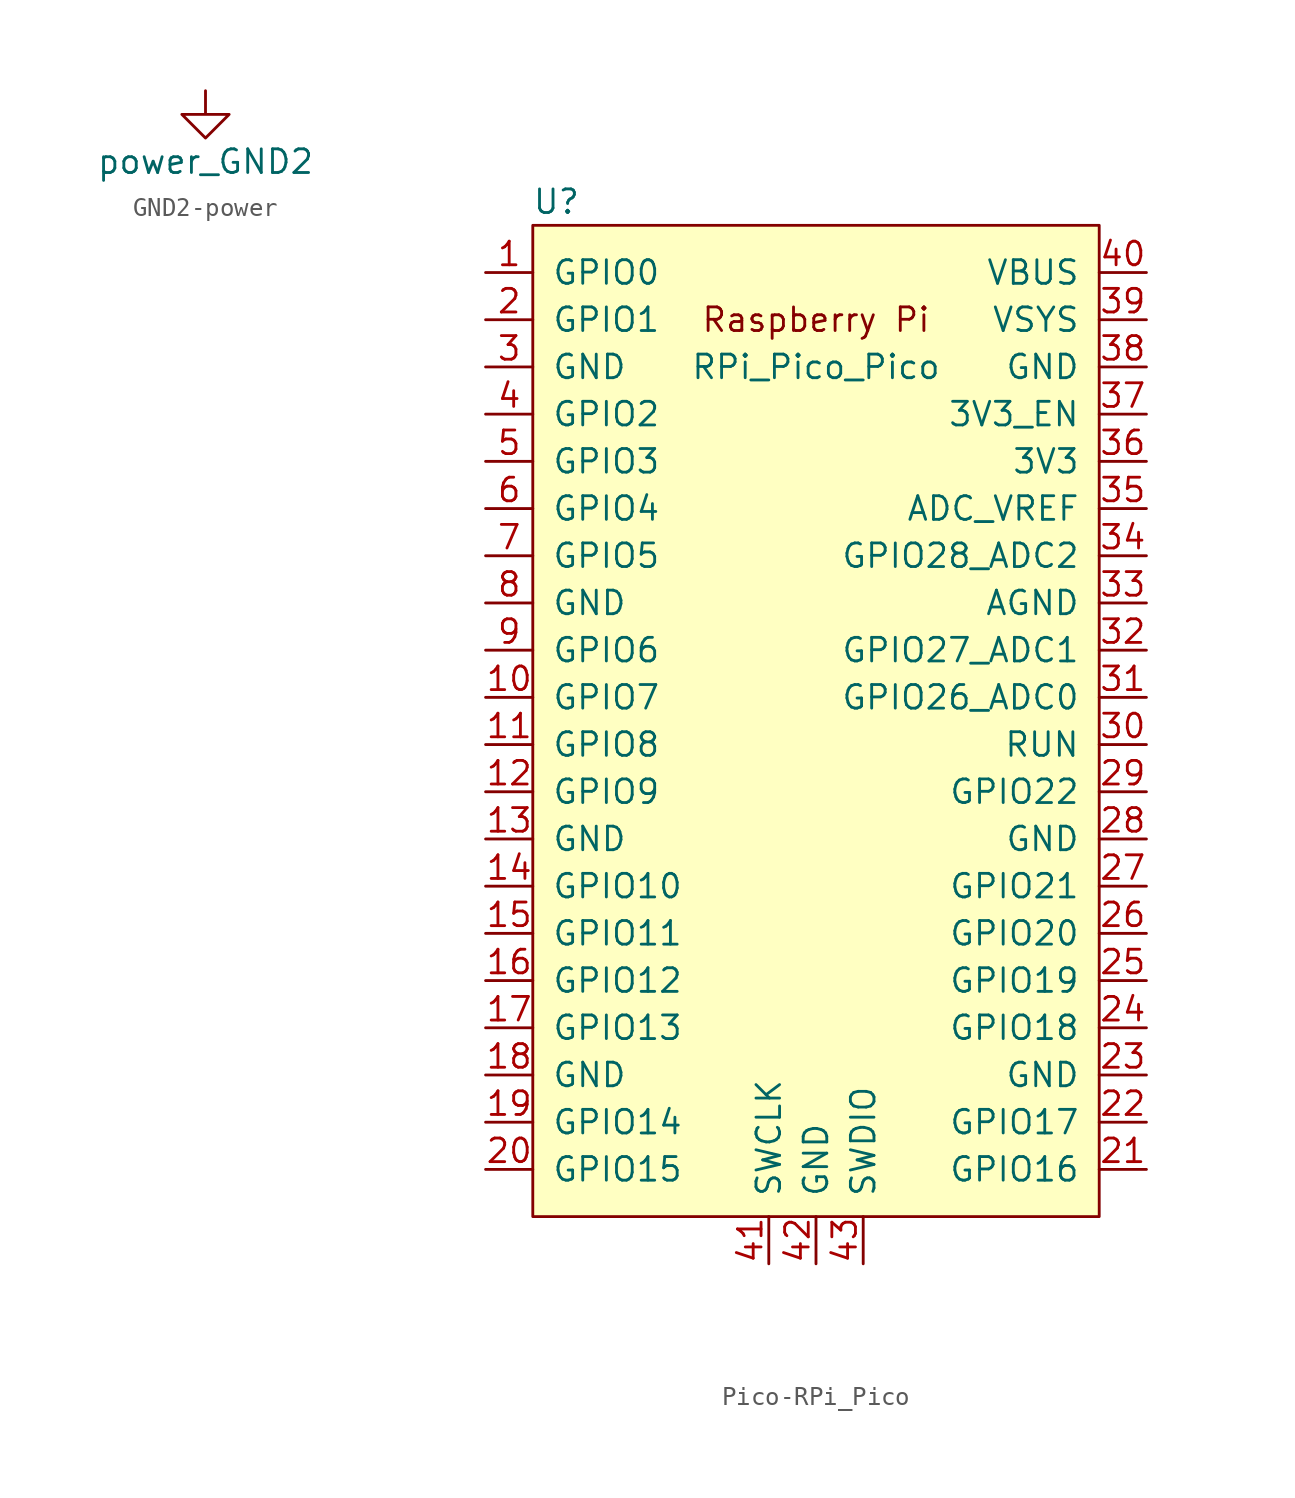
<source format=kicad_sym>
(kicad_symbol_lib
  (version 20231120)
  (generator "kicad_symbol_editor")
  (generator_version "8.0")
  (symbol "GND2-power"
    (power)
    (pin_names
      (offset 0))
    (property "Reference" "#PWR"
      (at 0 -6.35 0)
      (effects (font (size 1.27 1.27)) (hide yes)))
    (property "Value" "power_GND2"
      (at 0 -3.81 0)
      (effects (font (size 1.27 1.27))))
    (symbol "GND2-power_0_1"
      (polyline (pts (xy 0 0) (xy 0 -1.27) (xy 1.27 -1.27) (xy 0 -2.54) (xy -1.27 -1.27) (xy 0 -1.27)) (stroke (width 0) (type solid)) (fill (type none))))
    (symbol "GND2-power_1_1"
      (pin power_in line (at 0 0 270) (length 0) hide (name "GND2" (effects (font (size 1.27 1.27)))) (number "1" (effects (font (size 1.27 1.27)))))))
  (symbol "Pico-RPi_Pico"
    (pin_names
      (offset 1.016))
    (property "Reference" "U"
      (at -13.97 27.94 0)
      (effects (font (size 1.27 1.27))))
    (property "Value" "RPi_Pico_Pico"
      (at 0 19.05 0)
      (effects (font (size 1.27 1.27))))
    (symbol "Pico-RPi_Pico_0_0"
      (text "Raspberry Pi" (at 0 21.59 0) (effects (font (size 1.27 1.27)))))
    (symbol "Pico-RPi_Pico_0_1"
      (rectangle (start -15.24 26.67) (end 15.24 -26.67) (stroke (width 0) (type solid)) (fill (type background))))
    (symbol "Pico-RPi_Pico_1_1"
      (pin bidirectional line (at -17.78 24.13 0) (length 2.54) (name "GPIO0" (effects (font (size 1.27 1.27)))) (number "1" (effects (font (size 1.27 1.27)))))
      (pin bidirectional line (at -17.78 1.27 0) (length 2.54) (name "GPIO7" (effects (font (size 1.27 1.27)))) (number "10" (effects (font (size 1.27 1.27)))))
      (pin bidirectional line (at -17.78 -1.27 0) (length 2.54) (name "GPIO8" (effects (font (size 1.27 1.27)))) (number "11" (effects (font (size 1.27 1.27)))))
      (pin bidirectional line (at -17.78 -3.81 0) (length 2.54) (name "GPIO9" (effects (font (size 1.27 1.27)))) (number "12" (effects (font (size 1.27 1.27)))))
      (pin power_in line (at -17.78 -6.35 0) (length 2.54) (name "GND" (effects (font (size 1.27 1.27)))) (number "13" (effects (font (size 1.27 1.27)))))
      (pin bidirectional line (at -17.78 -8.89 0) (length 2.54) (name "GPIO10" (effects (font (size 1.27 1.27)))) (number "14" (effects (font (size 1.27 1.27)))))
      (pin bidirectional line (at -17.78 -11.43 0) (length 2.54) (name "GPIO11" (effects (font (size 1.27 1.27)))) (number "15" (effects (font (size 1.27 1.27)))))
      (pin bidirectional line (at -17.78 -13.97 0) (length 2.54) (name "GPIO12" (effects (font (size 1.27 1.27)))) (number "16" (effects (font (size 1.27 1.27)))))
      (pin bidirectional line (at -17.78 -16.51 0) (length 2.54) (name "GPIO13" (effects (font (size 1.27 1.27)))) (number "17" (effects (font (size 1.27 1.27)))))
      (pin power_in line (at -17.78 -19.05 0) (length 2.54) (name "GND" (effects (font (size 1.27 1.27)))) (number "18" (effects (font (size 1.27 1.27)))))
      (pin bidirectional line (at -17.78 -21.59 0) (length 2.54) (name "GPIO14" (effects (font (size 1.27 1.27)))) (number "19" (effects (font (size 1.27 1.27)))))
      (pin bidirectional line (at -17.78 21.59 0) (length 2.54) (name "GPIO1" (effects (font (size 1.27 1.27)))) (number "2" (effects (font (size 1.27 1.27)))))
      (pin bidirectional line (at -17.78 -24.13 0) (length 2.54) (name "GPIO15" (effects (font (size 1.27 1.27)))) (number "20" (effects (font (size 1.27 1.27)))))
      (pin bidirectional line (at 17.78 -24.13 180) (length 2.54) (name "GPIO16" (effects (font (size 1.27 1.27)))) (number "21" (effects (font (size 1.27 1.27)))))
      (pin bidirectional line (at 17.78 -21.59 180) (length 2.54) (name "GPIO17" (effects (font (size 1.27 1.27)))) (number "22" (effects (font (size 1.27 1.27)))))
      (pin power_in line (at 17.78 -19.05 180) (length 2.54) (name "GND" (effects (font (size 1.27 1.27)))) (number "23" (effects (font (size 1.27 1.27)))))
      (pin bidirectional line (at 17.78 -16.51 180) (length 2.54) (name "GPIO18" (effects (font (size 1.27 1.27)))) (number "24" (effects (font (size 1.27 1.27)))))
      (pin bidirectional line (at 17.78 -13.97 180) (length 2.54) (name "GPIO19" (effects (font (size 1.27 1.27)))) (number "25" (effects (font (size 1.27 1.27)))))
      (pin bidirectional line (at 17.78 -11.43 180) (length 2.54) (name "GPIO20" (effects (font (size 1.27 1.27)))) (number "26" (effects (font (size 1.27 1.27)))))
      (pin bidirectional line (at 17.78 -8.89 180) (length 2.54) (name "GPIO21" (effects (font (size 1.27 1.27)))) (number "27" (effects (font (size 1.27 1.27)))))
      (pin power_in line (at 17.78 -6.35 180) (length 2.54) (name "GND" (effects (font (size 1.27 1.27)))) (number "28" (effects (font (size 1.27 1.27)))))
      (pin bidirectional line (at 17.78 -3.81 180) (length 2.54) (name "GPIO22" (effects (font (size 1.27 1.27)))) (number "29" (effects (font (size 1.27 1.27)))))
      (pin power_in line (at -17.78 19.05 0) (length 2.54) (name "GND" (effects (font (size 1.27 1.27)))) (number "3" (effects (font (size 1.27 1.27)))))
      (pin input line (at 17.78 -1.27 180) (length 2.54) (name "RUN" (effects (font (size 1.27 1.27)))) (number "30" (effects (font (size 1.27 1.27)))))
      (pin bidirectional line (at 17.78 1.27 180) (length 2.54) (name "GPIO26_ADC0" (effects (font (size 1.27 1.27)))) (number "31" (effects (font (size 1.27 1.27)))))
      (pin bidirectional line (at 17.78 3.81 180) (length 2.54) (name "GPIO27_ADC1" (effects (font (size 1.27 1.27)))) (number "32" (effects (font (size 1.27 1.27)))))
      (pin power_in line (at 17.78 6.35 180) (length 2.54) (name "AGND" (effects (font (size 1.27 1.27)))) (number "33" (effects (font (size 1.27 1.27)))))
      (pin bidirectional line (at 17.78 8.89 180) (length 2.54) (name "GPIO28_ADC2" (effects (font (size 1.27 1.27)))) (number "34" (effects (font (size 1.27 1.27)))))
      (pin unspecified line (at 17.78 11.43 180) (length 2.54) (name "ADC_VREF" (effects (font (size 1.27 1.27)))) (number "35" (effects (font (size 1.27 1.27)))))
      (pin unspecified line (at 17.78 13.97 180) (length 2.54) (name "3V3" (effects (font (size 1.27 1.27)))) (number "36" (effects (font (size 1.27 1.27)))))
      (pin input line (at 17.78 16.51 180) (length 2.54) (name "3V3_EN" (effects (font (size 1.27 1.27)))) (number "37" (effects (font (size 1.27 1.27)))))
      (pin bidirectional line (at 17.78 19.05 180) (length 2.54) (name "GND" (effects (font (size 1.27 1.27)))) (number "38" (effects (font (size 1.27 1.27)))))
      (pin unspecified line (at 17.78 21.59 180) (length 2.54) (name "VSYS" (effects (font (size 1.27 1.27)))) (number "39" (effects (font (size 1.27 1.27)))))
      (pin bidirectional line (at -17.78 16.51 0) (length 2.54) (name "GPIO2" (effects (font (size 1.27 1.27)))) (number "4" (effects (font (size 1.27 1.27)))))
      (pin unspecified line (at 17.78 24.13 180) (length 2.54) (name "VBUS" (effects (font (size 1.27 1.27)))) (number "40" (effects (font (size 1.27 1.27)))))
      (pin input line (at -2.54 -29.21 90) (length 2.54) (name "SWCLK" (effects (font (size 1.27 1.27)))) (number "41" (effects (font (size 1.27 1.27)))))
      (pin power_in line (at 0 -29.21 90) (length 2.54) (name "GND" (effects (font (size 1.27 1.27)))) (number "42" (effects (font (size 1.27 1.27)))))
      (pin bidirectional line (at 2.54 -29.21 90) (length 2.54) (name "SWDIO" (effects (font (size 1.27 1.27)))) (number "43" (effects (font (size 1.27 1.27)))))
      (pin bidirectional line (at -17.78 13.97 0) (length 2.54) (name "GPIO3" (effects (font (size 1.27 1.27)))) (number "5" (effects (font (size 1.27 1.27)))))
      (pin bidirectional line (at -17.78 11.43 0) (length 2.54) (name "GPIO4" (effects (font (size 1.27 1.27)))) (number "6" (effects (font (size 1.27 1.27)))))
      (pin bidirectional line (at -17.78 8.89 0) (length 2.54) (name "GPIO5" (effects (font (size 1.27 1.27)))) (number "7" (effects (font (size 1.27 1.27)))))
      (pin power_in line (at -17.78 6.35 0) (length 2.54) (name "GND" (effects (font (size 1.27 1.27)))) (number "8" (effects (font (size 1.27 1.27)))))
      (pin bidirectional line (at -17.78 3.81 0) (length 2.54) (name "GPIO6" (effects (font (size 1.27 1.27)))) (number "9" (effects (font (size 1.27 1.27))))))))
</source>
